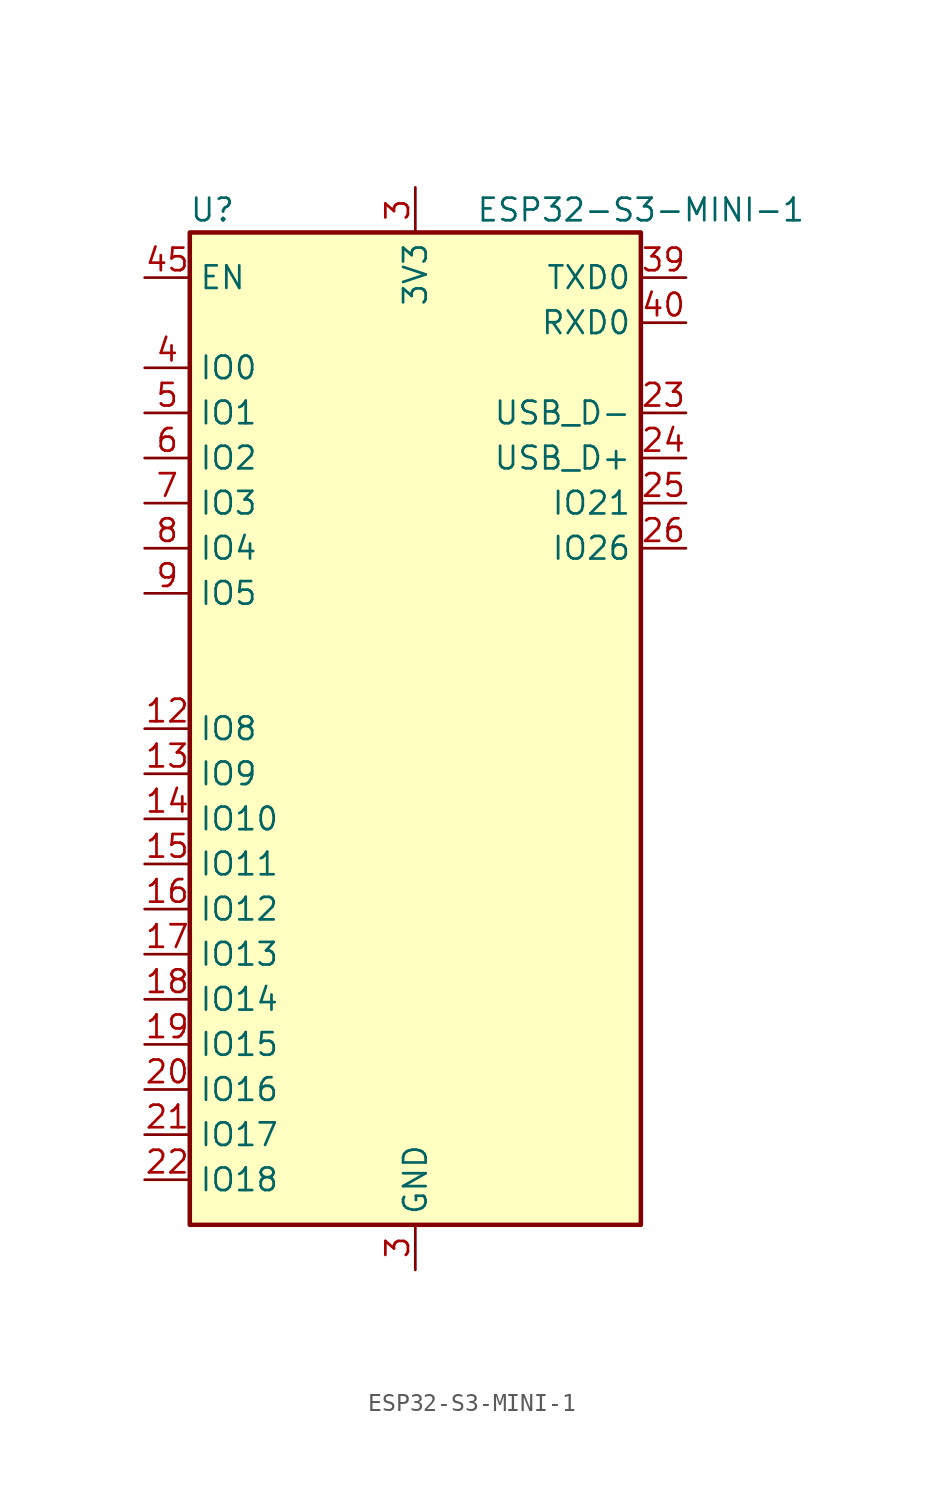
<source format=kicad_sym>
(kicad_symbol_lib
  (version 20231120)
  (generator "kicad_symbol_editor")
  (generator_version "8.0")
  (symbol "ESP32-S3-MINI-1"
    (property "Reference" "U"
      (at -11.43 29.21 0)
      (effects (font (size 1.27 1.27))))
    (property "Value" "ESP32-S3-MINI-1"
      (at 12.7 29.21 0)
      (effects (font (size 1.27 1.27))))
    (symbol "ESP32-S3-MINI-1_0_1"
      (rectangle (start -12.7 27.94) (end 12.7 -27.94) (stroke (width 0.254) (type default)) (fill (type background))))
    (symbol "ESP32-S3-MINI-1_1_1"
      (pin bidirectional line (at -15.24 0 0) (length 2.54) (name "IO8" (effects (font (size 1.27 1.27)))) (number "12" (effects (font (size 1.27 1.27)))))
      (pin bidirectional line (at -15.24 -2.54 0) (length 2.54) (name "IO9" (effects (font (size 1.27 1.27)))) (number "13" (effects (font (size 1.27 1.27)))))
      (pin bidirectional line (at -15.24 -5.08 0) (length 2.54) (name "IO10" (effects (font (size 1.27 1.27)))) (number "14" (effects (font (size 1.27 1.27)))))
      (pin bidirectional line (at -15.24 -7.62 0) (length 2.54) (name "IO11" (effects (font (size 1.27 1.27)))) (number "15" (effects (font (size 1.27 1.27)))))
      (pin bidirectional line (at -15.24 -10.16 0) (length 2.54) (name "IO12" (effects (font (size 1.27 1.27)))) (number "16" (effects (font (size 1.27 1.27)))))
      (pin bidirectional line (at -15.24 -12.7 0) (length 2.54) (name "IO13" (effects (font (size 1.27 1.27)))) (number "17" (effects (font (size 1.27 1.27)))))
      (pin bidirectional line (at -15.24 -15.24 0) (length 2.54) (name "IO14" (effects (font (size 1.27 1.27)))) (number "18" (effects (font (size 1.27 1.27)))))
      (pin bidirectional line (at -15.24 -17.78 0) (length 2.54) (name "IO15" (effects (font (size 1.27 1.27)))) (number "19" (effects (font (size 1.27 1.27)))))
      (pin bidirectional line (at -15.24 -20.32 0) (length 2.54) (name "IO16" (effects (font (size 1.27 1.27)))) (number "20" (effects (font (size 1.27 1.27)))))
      (pin bidirectional line (at -15.24 -22.86 0) (length 2.54) (name "IO17" (effects (font (size 1.27 1.27)))) (number "21" (effects (font (size 1.27 1.27)))))
      (pin bidirectional line (at -15.24 -25.4 0) (length 2.54) (name "IO18" (effects (font (size 1.27 1.27)))) (number "22" (effects (font (size 1.27 1.27)))))
      (pin bidirectional line (at 15.24 17.78 180) (length 2.54) (name "USB_D-" (effects (font (size 1.27 1.27)))) (number "23" (effects (font (size 1.27 1.27)))) (alternate "IO19" bidirectional line))
      (pin bidirectional line (at 15.24 15.24 180) (length 2.54) (name "USB_D+" (effects (font (size 1.27 1.27)))) (number "24" (effects (font (size 1.27 1.27)))) (alternate "IO20" bidirectional line))
      (pin bidirectional line (at 15.24 12.7 180) (length 2.54) (name "IO21" (effects (font (size 1.27 1.27)))) (number "25" (effects (font (size 1.27 1.27)))))
      (pin bidirectional line (at 15.24 10.16 180) (length 2.54) (name "IO26" (effects (font (size 1.27 1.27)))) (number "26" (effects (font (size 1.27 1.27)))))
      (pin power_in line (at 0 30.48 270) (length 2.54) (name "3V3" (effects (font (size 1.27 1.27)))) (number "3" (effects (font (size 1.27 1.27)))))
      (pin power_in line (at 0 -30.48 90) (length 2.54) (name "GND" (effects (font (size 1.27 1.27)))) (number "3" (effects (font (size 1.27 1.27)))))
      (pin bidirectional line (at 15.24 25.4 180) (length 2.54) (name "TXD0" (effects (font (size 1.27 1.27)))) (number "39" (effects (font (size 1.27 1.27)))))
      (pin bidirectional line (at -15.24 20.32 0) (length 2.54) (name "IO0" (effects (font (size 1.27 1.27)))) (number "4" (effects (font (size 1.27 1.27)))))
      (pin bidirectional line (at 15.24 22.86 180) (length 2.54) (name "RXD0" (effects (font (size 1.27 1.27)))) (number "40" (effects (font (size 1.27 1.27)))))
      (pin input line (at -15.24 25.4 0) (length 2.54) (name "EN" (effects (font (size 1.27 1.27)))) (number "45" (effects (font (size 1.27 1.27)))))
      (pin bidirectional line (at -15.24 17.78 0) (length 2.54) (name "IO1" (effects (font (size 1.27 1.27)))) (number "5" (effects (font (size 1.27 1.27)))))
      (pin bidirectional line (at -15.24 15.24 0) (length 2.54) (name "IO2" (effects (font (size 1.27 1.27)))) (number "6" (effects (font (size 1.27 1.27)))))
      (pin bidirectional line (at -15.24 12.7 0) (length 2.54) (name "IO3" (effects (font (size 1.27 1.27)))) (number "7" (effects (font (size 1.27 1.27)))))
      (pin bidirectional line (at -15.24 10.16 0) (length 2.54) (name "IO4" (effects (font (size 1.27 1.27)))) (number "8" (effects (font (size 1.27 1.27)))))
      (pin bidirectional line (at -15.24 7.62 0) (length 2.54) (name "IO5" (effects (font (size 1.27 1.27)))) (number "9" (effects (font (size 1.27 1.27))))))))
</source>
